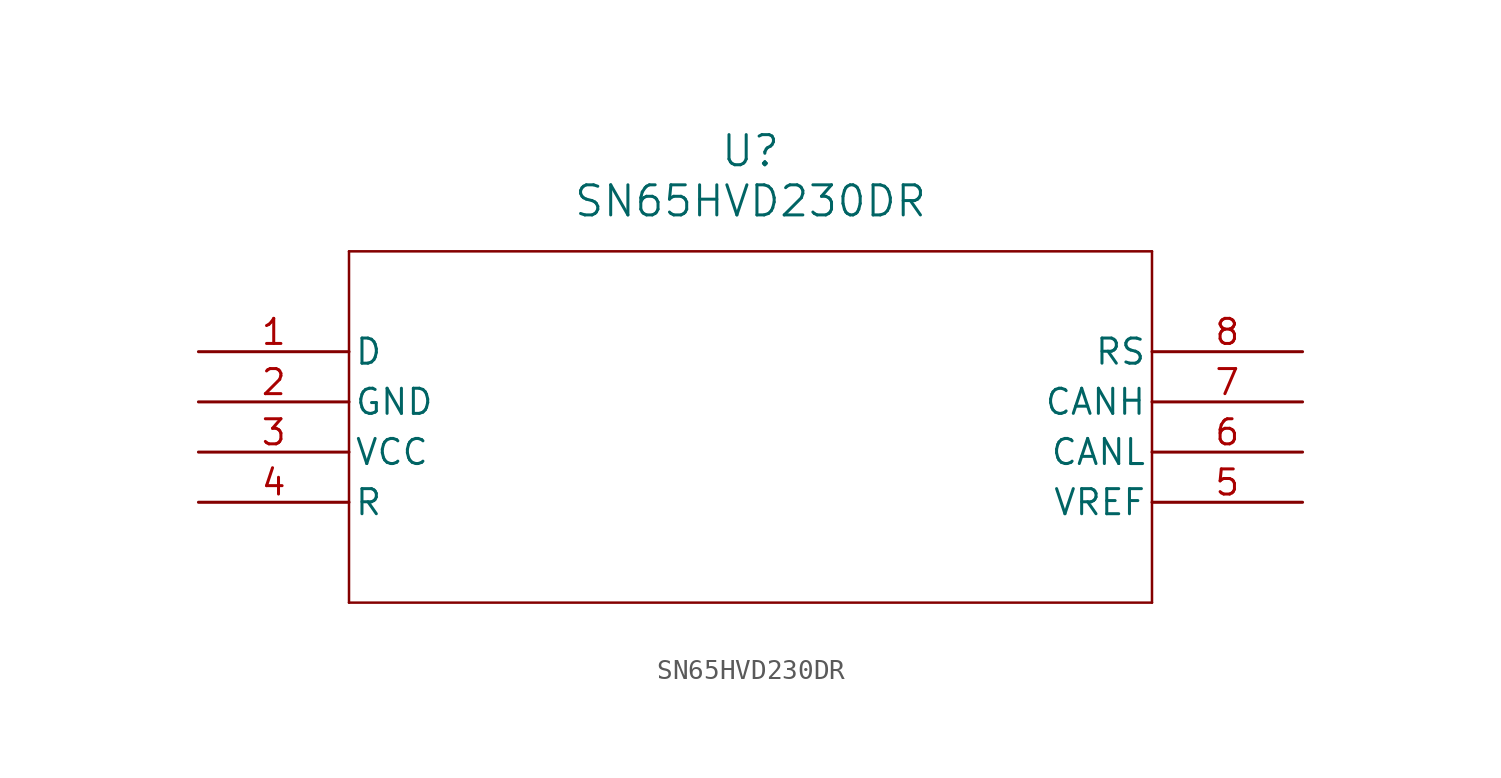
<source format=kicad_sym>
(kicad_symbol_lib
  (version 20211014)
  (generator kicad_symbol_editor)
  (symbol "SN65HVD230DR"
    (pin_names
      (offset 0.254))
    (property "Reference" "U"
      (at 27.94 10.16 0)
      (effects (font (size 1.524 1.524))))
    (property "Value" "SN65HVD230DR"
      (at 27.94 7.62 0)
      (effects (font (size 1.524 1.524))))
    (polyline
      (pts (xy 7.62 5.08) (xy 7.62 -12.7))
      (stroke (width 0.127) (type default) (color 0 0 0 0))
      (fill (type none)))
    (polyline
      (pts (xy 7.62 -12.7) (xy 48.26 -12.7))
      (stroke (width 0.127) (type default) (color 0 0 0 0))
      (fill (type none)))
    (polyline
      (pts (xy 48.26 -12.7) (xy 48.26 5.08))
      (stroke (width 0.127) (type default) (color 0 0 0 0))
      (fill (type none)))
    (polyline
      (pts (xy 48.26 5.08) (xy 7.62 5.08))
      (stroke (width 0.127) (type default) (color 0 0 0 0))
      (fill (type none)))
    (pin input line
      (at 0 0 0)
      (length 7.62)
      (name "D" (effects (font (size 1.27 1.27))))
      (number "1" (effects (font (size 1.27 1.27)))))
    (pin power_in line
      (at 0 -2.54 0)
      (length 7.62)
      (name "GND" (effects (font (size 1.27 1.27))))
      (number "2" (effects (font (size 1.27 1.27)))))
    (pin power_in line
      (at 0 -5.08 0)
      (length 7.62)
      (name "VCC" (effects (font (size 1.27 1.27))))
      (number "3" (effects (font (size 1.27 1.27)))))
    (pin input line
      (at 0 -7.62 0)
      (length 7.62)
      (name "R" (effects (font (size 1.27 1.27))))
      (number "4" (effects (font (size 1.27 1.27)))))
    (pin power_in line
      (at 55.88 -7.62 180)
      (length 7.62)
      (name "VREF" (effects (font (size 1.27 1.27))))
      (number "5" (effects (font (size 1.27 1.27)))))
    (pin output line
      (at 55.88 -5.08 180)
      (length 7.62)
      (name "CANL" (effects (font (size 1.27 1.27))))
      (number "6" (effects (font (size 1.27 1.27)))))
    (pin output line
      (at 55.88 -2.54 180)
      (length 7.62)
      (name "CANH" (effects (font (size 1.27 1.27))))
      (number "7" (effects (font (size 1.27 1.27)))))
    (pin input line
      (at 55.88 0 180)
      (length 7.62)
      (name "RS" (effects (font (size 1.27 1.27))))
      (number "8" (effects (font (size 1.27 1.27)))))))
</source>
